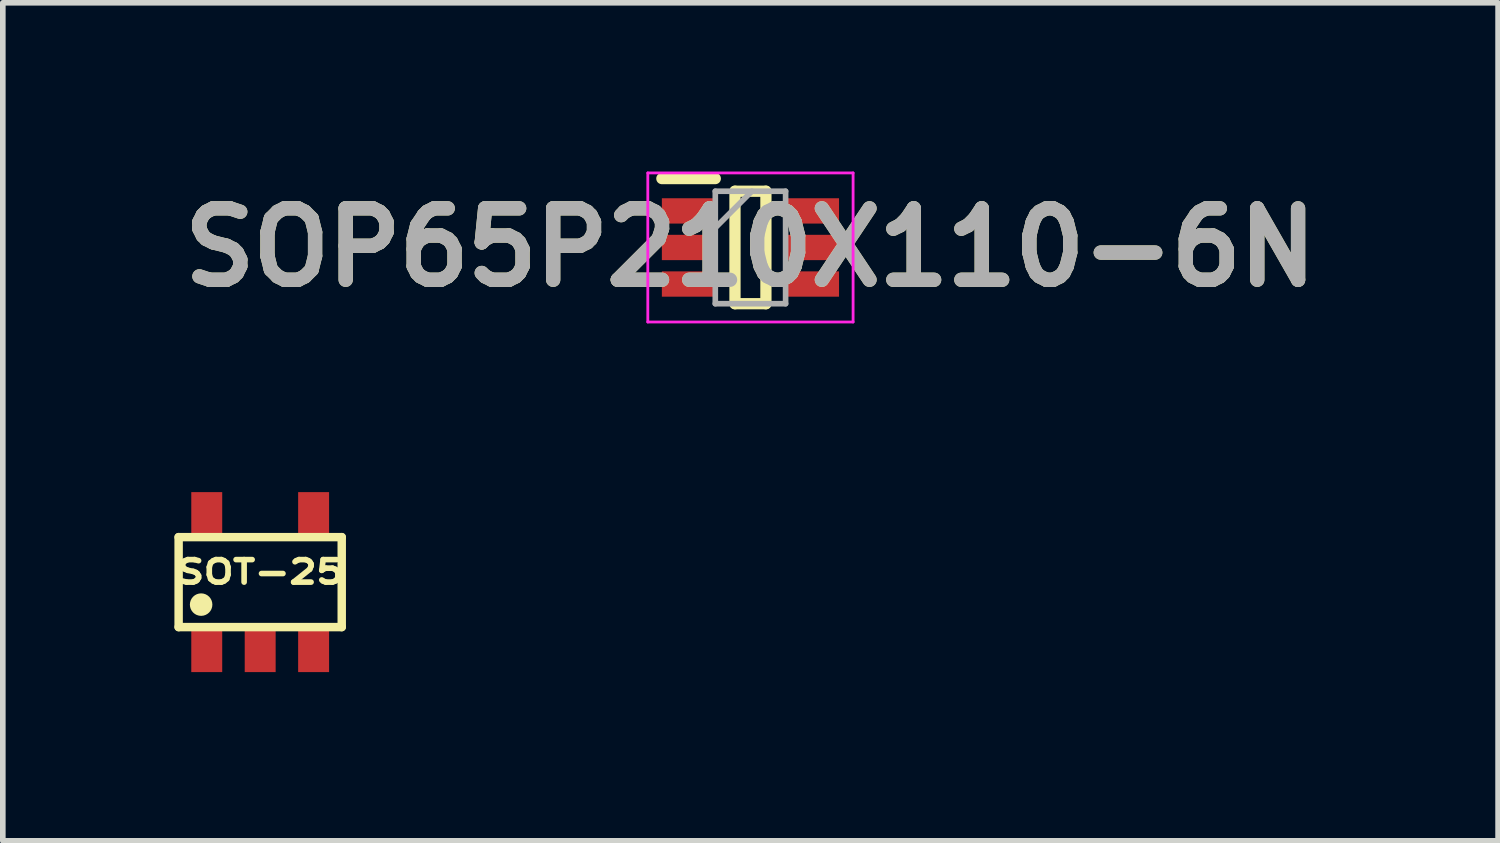
<source format=kicad_pcb>
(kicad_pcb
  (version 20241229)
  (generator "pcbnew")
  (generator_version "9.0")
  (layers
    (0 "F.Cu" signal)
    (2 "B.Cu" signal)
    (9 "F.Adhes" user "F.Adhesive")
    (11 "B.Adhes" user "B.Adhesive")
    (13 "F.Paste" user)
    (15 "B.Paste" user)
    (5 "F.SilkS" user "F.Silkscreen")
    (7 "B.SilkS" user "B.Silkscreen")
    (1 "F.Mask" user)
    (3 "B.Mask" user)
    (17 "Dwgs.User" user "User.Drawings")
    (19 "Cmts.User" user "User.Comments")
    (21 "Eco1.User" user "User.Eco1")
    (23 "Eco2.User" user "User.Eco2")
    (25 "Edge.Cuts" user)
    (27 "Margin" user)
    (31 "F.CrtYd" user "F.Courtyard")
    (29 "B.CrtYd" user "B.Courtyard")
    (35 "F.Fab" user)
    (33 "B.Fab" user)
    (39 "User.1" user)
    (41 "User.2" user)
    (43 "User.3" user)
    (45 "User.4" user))
  (footprint "SOT-25"
    (layer "F.Cu")
    (at 1.576 7.3)
    (property "Reference" "SOT-25" (at 0 -0.18 0) (layer "F.SilkS") (effects (font (size 0.4 0.5) (thickness 0.1))))
    (attr smd)
    (fp_line (start -1.45 -0.8) (end 1.45 -0.8) (stroke (width 0.15) (type solid)) (layer "F.SilkS"))
    (fp_line (start -1.45 0.8) (end -1.45 -0.8) (stroke (width 0.15) (type solid)) (layer "F.SilkS"))
    (fp_line (start 1.45 -0.8) (end 1.45 0.8) (stroke (width 0.15) (type solid)) (layer "F.SilkS"))
    (fp_line (start 1.45 0.8) (end -1.45 0.8) (stroke (width 0.15) (type solid)) (layer "F.SilkS"))
    (fp_circle (center -1.05 0.4) (end -0.95 0.4) (stroke (width 0.2) (type solid)) (fill no) (layer "F.SilkS"))
    (pad "1" smd rect (at -0.95 1.2) (size 0.55 0.8) (layers "F.Cu" "F.Mask" "F.Paste"))
    (pad "2" smd rect (at 0 1.2) (size 0.55 0.8) (layers "F.Cu" "F.Mask" "F.Paste"))
    (pad "3" smd rect (at 0.95 1.2) (size 0.55 0.8) (layers "F.Cu" "F.Mask" "F.Paste"))
    (pad "4" smd rect (at 0.95 -1.2) (size 0.55 0.8) (layers "F.Cu" "F.Mask" "F.Paste"))
    (pad "5" smd rect (at -0.95 -1.2) (size 0.55 0.8) (layers "F.Cu" "F.Mask" "F.Paste")))
  (footprint "SOP65P210X110-6N"
    (layer "F.Cu")
    (at 10.293 1.35)
    (property "Reference" "SOP65P210X110-6N" (at 0 0 0) (layer "F.SilkS") (effects (font (size 1.27 1.27) (thickness 0.254))))
    (attr smd)
    (fp_line (start -1.575 -1.225) (end -0.625 -1.225) (stroke (width 0.2) (type solid)) (layer "F.SilkS"))
    (fp_line (start -0.275 -1) (end 0.275 -1) (stroke (width 0.2) (type solid)) (layer "F.SilkS"))
    (fp_line (start -0.275 1) (end -0.275 -1) (stroke (width 0.2) (type solid)) (layer "F.SilkS"))
    (fp_line (start 0.275 -1) (end 0.275 1) (stroke (width 0.2) (type solid)) (layer "F.SilkS"))
    (fp_line (start 0.275 1) (end -0.275 1) (stroke (width 0.2) (type solid)) (layer "F.SilkS"))
    (fp_line (start -1.825 -1.325) (end 1.825 -1.325) (stroke (width 0.05) (type solid)) (layer "F.CrtYd"))
    (fp_line (start -1.825 1.325) (end -1.825 -1.325) (stroke (width 0.05) (type solid)) (layer "F.CrtYd"))
    (fp_line (start 1.825 -1.325) (end 1.825 1.325) (stroke (width 0.05) (type solid)) (layer "F.CrtYd"))
    (fp_line (start 1.825 1.325) (end -1.825 1.325) (stroke (width 0.05) (type solid)) (layer "F.CrtYd"))
    (fp_line (start -0.625 -1) (end 0.625 -1) (stroke (width 0.1) (type solid)) (layer "F.Fab"))
    (fp_line (start -0.625 -0.35) (end 0.025 -1) (stroke (width 0.1) (type solid)) (layer "F.Fab"))
    (fp_line (start -0.625 1) (end -0.625 -1) (stroke (width 0.1) (type solid)) (layer "F.Fab"))
    (fp_line (start 0.625 -1) (end 0.625 1) (stroke (width 0.1) (type solid)) (layer "F.Fab"))
    (fp_line (start 0.625 1) (end -0.625 1) (stroke (width 0.1) (type solid)) (layer "F.Fab"))
    (fp_text user "${REFERENCE}" (at 0 0 0) (layer "F.Fab") (effects (font (size 1.27 1.27) (thickness 0.254))))
    (pad "1" smd rect (at -1.1 -0.65 90) (size 0.45 0.95) (layers "F.Cu" "F.Mask" "F.Paste"))
    (pad "2" smd rect (at -1.1 0 90) (size 0.45 0.95) (layers "F.Cu" "F.Mask" "F.Paste"))
    (pad "3" smd rect (at -1.1 0.65 90) (size 0.45 0.95) (layers "F.Cu" "F.Mask" "F.Paste"))
    (pad "4" smd rect (at 1.1 0.65 90) (size 0.45 0.95) (layers "F.Cu" "F.Mask" "F.Paste"))
    (pad "5" smd rect (at 1.1 0 90) (size 0.45 0.95) (layers "F.Cu" "F.Mask" "F.Paste"))
    (pad "6" smd rect (at 1.1 -0.65 90) (size 0.45 0.95) (layers "F.Cu" "F.Mask" "F.Paste")))
  (gr_rect
    (start -3 -3)
    (end 23.586 11.9)
    (stroke (width 0.1) (type default))
    (fill no)
    (layer "Edge.Cuts")))
</source>
